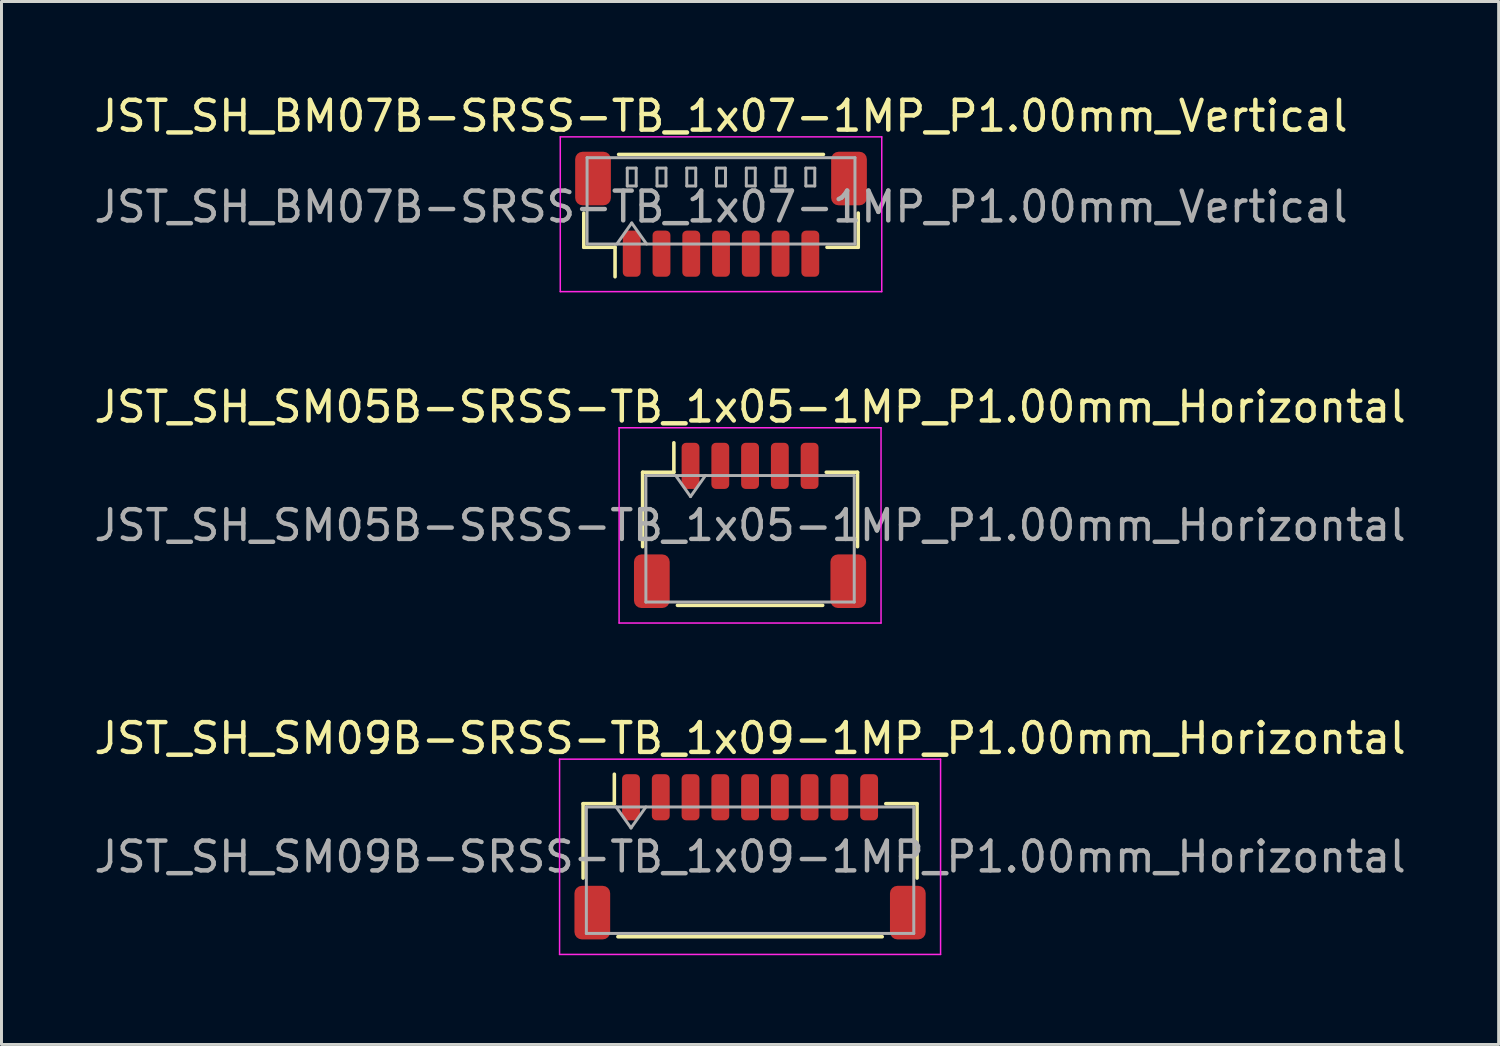
<source format=kicad_pcb>
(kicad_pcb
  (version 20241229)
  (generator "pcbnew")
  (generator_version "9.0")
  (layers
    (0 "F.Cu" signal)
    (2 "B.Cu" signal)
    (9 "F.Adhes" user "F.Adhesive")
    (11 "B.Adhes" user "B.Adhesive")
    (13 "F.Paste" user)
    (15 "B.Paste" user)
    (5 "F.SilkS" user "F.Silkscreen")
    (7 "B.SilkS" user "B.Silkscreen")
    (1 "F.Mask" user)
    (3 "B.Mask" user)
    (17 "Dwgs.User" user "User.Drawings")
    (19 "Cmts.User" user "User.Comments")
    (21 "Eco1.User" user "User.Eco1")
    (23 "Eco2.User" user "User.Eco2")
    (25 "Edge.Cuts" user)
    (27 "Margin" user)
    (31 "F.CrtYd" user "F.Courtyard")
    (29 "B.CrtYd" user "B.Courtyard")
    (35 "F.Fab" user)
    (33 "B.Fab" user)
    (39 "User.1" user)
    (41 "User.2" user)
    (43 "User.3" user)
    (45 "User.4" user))
  (footprint "JST_SH_SM05B-SRSS-TB_1x05-1MP_P1.00mm_Horizontal"
    (layer "F.Cu")
    (at 22.149 14.601)
    (property "Reference" "JST_SH_SM05B-SRSS-TB_1x05-1MP_P1.00mm_Horizontal" (at 0 -3.98 0) (layer "F.SilkS") (effects (font (size 1 1) (thickness 0.15))))
    (attr smd)
    (fp_line (start -3.61 -1.785) (end -2.56 -1.785) (stroke (width 0.12) (type solid)) (layer "F.SilkS"))
    (fp_line (start -3.61 0.715) (end -3.61 -1.785) (stroke (width 0.12) (type solid)) (layer "F.SilkS"))
    (fp_line (start -2.56 -1.785) (end -2.56 -2.775) (stroke (width 0.12) (type solid)) (layer "F.SilkS"))
    (fp_line (start -2.44 2.685) (end 2.44 2.685) (stroke (width 0.12) (type solid)) (layer "F.SilkS"))
    (fp_line (start 3.61 -1.785) (end 2.56 -1.785) (stroke (width 0.12) (type solid)) (layer "F.SilkS"))
    (fp_line (start 3.61 0.715) (end 3.61 -1.785) (stroke (width 0.12) (type solid)) (layer "F.SilkS"))
    (fp_line (start -4.4 -3.28) (end -4.4 3.28) (stroke (width 0.05) (type solid)) (layer "F.CrtYd"))
    (fp_line (start -4.4 3.28) (end 4.4 3.28) (stroke (width 0.05) (type solid)) (layer "F.CrtYd"))
    (fp_line (start 4.4 -3.28) (end -4.4 -3.28) (stroke (width 0.05) (type solid)) (layer "F.CrtYd"))
    (fp_line (start 4.4 3.28) (end 4.4 -3.28) (stroke (width 0.05) (type solid)) (layer "F.CrtYd"))
    (fp_line (start -3.5 -1.675) (end -3.5 2.575) (stroke (width 0.1) (type solid)) (layer "F.Fab"))
    (fp_line (start -3.5 -1.675) (end 3.5 -1.675) (stroke (width 0.1) (type solid)) (layer "F.Fab"))
    (fp_line (start -3.5 2.575) (end 3.5 2.575) (stroke (width 0.1) (type solid)) (layer "F.Fab"))
    (fp_line (start -2.5 -1.675) (end -2 -0.968) (stroke (width 0.1) (type solid)) (layer "F.Fab"))
    (fp_line (start -2 -0.968) (end -1.5 -1.675) (stroke (width 0.1) (type solid)) (layer "F.Fab"))
    (fp_line (start 3.5 -1.675) (end 3.5 2.575) (stroke (width 0.1) (type solid)) (layer "F.Fab"))
    (fp_text user "${REFERENCE}" (at 0 0 0) (layer "F.Fab") (effects (font (size 1 1) (thickness 0.15))))
    (pad "1" smd roundrect (at -2 -2) (size 0.6 1.55) (layers "F.Cu" "F.Mask" "F.Paste") (roundrect_rratio 0.25))
    (pad "2" smd roundrect (at -1 -2) (size 0.6 1.55) (layers "F.Cu" "F.Mask" "F.Paste") (roundrect_rratio 0.25))
    (pad "3" smd roundrect (at 0 -2) (size 0.6 1.55) (layers "F.Cu" "F.Mask" "F.Paste") (roundrect_rratio 0.25))
    (pad "4" smd roundrect (at 1 -2) (size 0.6 1.55) (layers "F.Cu" "F.Mask" "F.Paste") (roundrect_rratio 0.25))
    (pad "5" smd roundrect (at 2 -2) (size 0.6 1.55) (layers "F.Cu" "F.Mask" "F.Paste") (roundrect_rratio 0.25))
    (pad "MP" smd roundrect (at -3.3 1.875) (size 1.2 1.8) (layers "F.Cu" "F.Mask" "F.Paste") (roundrect_rratio 0.208))
    (pad "MP" smd roundrect (at 3.3 1.875) (size 1.2 1.8) (layers "F.Cu" "F.Mask" "F.Paste") (roundrect_rratio 0.208)))
  (footprint "JST_SH_SM09B-SRSS-TB_1x09-1MP_P1.00mm_Horizontal"
    (layer "F.Cu")
    (at 22.149 25.735)
    (property "Reference" "JST_SH_SM09B-SRSS-TB_1x09-1MP_P1.00mm_Horizontal" (at 0 -3.98 0) (layer "F.SilkS") (effects (font (size 1 1) (thickness 0.15))))
    (attr smd)
    (fp_line (start -5.61 -1.785) (end -4.56 -1.785) (stroke (width 0.12) (type solid)) (layer "F.SilkS"))
    (fp_line (start -5.61 0.715) (end -5.61 -1.785) (stroke (width 0.12) (type solid)) (layer "F.SilkS"))
    (fp_line (start -4.56 -1.785) (end -4.56 -2.775) (stroke (width 0.12) (type solid)) (layer "F.SilkS"))
    (fp_line (start -4.44 2.685) (end 4.44 2.685) (stroke (width 0.12) (type solid)) (layer "F.SilkS"))
    (fp_line (start 5.61 -1.785) (end 4.56 -1.785) (stroke (width 0.12) (type solid)) (layer "F.SilkS"))
    (fp_line (start 5.61 0.715) (end 5.61 -1.785) (stroke (width 0.12) (type solid)) (layer "F.SilkS"))
    (fp_line (start -6.4 -3.28) (end -6.4 3.28) (stroke (width 0.05) (type solid)) (layer "F.CrtYd"))
    (fp_line (start -6.4 3.28) (end 6.4 3.28) (stroke (width 0.05) (type solid)) (layer "F.CrtYd"))
    (fp_line (start 6.4 -3.28) (end -6.4 -3.28) (stroke (width 0.05) (type solid)) (layer "F.CrtYd"))
    (fp_line (start 6.4 3.28) (end 6.4 -3.28) (stroke (width 0.05) (type solid)) (layer "F.CrtYd"))
    (fp_line (start -5.5 -1.675) (end -5.5 2.575) (stroke (width 0.1) (type solid)) (layer "F.Fab"))
    (fp_line (start -5.5 -1.675) (end 5.5 -1.675) (stroke (width 0.1) (type solid)) (layer "F.Fab"))
    (fp_line (start -5.5 2.575) (end 5.5 2.575) (stroke (width 0.1) (type solid)) (layer "F.Fab"))
    (fp_line (start -4.5 -1.675) (end -4 -0.968) (stroke (width 0.1) (type solid)) (layer "F.Fab"))
    (fp_line (start -4 -0.968) (end -3.5 -1.675) (stroke (width 0.1) (type solid)) (layer "F.Fab"))
    (fp_line (start 5.5 -1.675) (end 5.5 2.575) (stroke (width 0.1) (type solid)) (layer "F.Fab"))
    (fp_text user "${REFERENCE}" (at 0 0 0) (layer "F.Fab") (effects (font (size 1 1) (thickness 0.15))))
    (pad "1" smd roundrect (at -4 -2) (size 0.6 1.55) (layers "F.Cu" "F.Mask" "F.Paste") (roundrect_rratio 0.25))
    (pad "2" smd roundrect (at -3 -2) (size 0.6 1.55) (layers "F.Cu" "F.Mask" "F.Paste") (roundrect_rratio 0.25))
    (pad "3" smd roundrect (at -2 -2) (size 0.6 1.55) (layers "F.Cu" "F.Mask" "F.Paste") (roundrect_rratio 0.25))
    (pad "4" smd roundrect (at -1 -2) (size 0.6 1.55) (layers "F.Cu" "F.Mask" "F.Paste") (roundrect_rratio 0.25))
    (pad "5" smd roundrect (at 0 -2) (size 0.6 1.55) (layers "F.Cu" "F.Mask" "F.Paste") (roundrect_rratio 0.25))
    (pad "6" smd roundrect (at 1 -2) (size 0.6 1.55) (layers "F.Cu" "F.Mask" "F.Paste") (roundrect_rratio 0.25))
    (pad "7" smd roundrect (at 2 -2) (size 0.6 1.55) (layers "F.Cu" "F.Mask" "F.Paste") (roundrect_rratio 0.25))
    (pad "8" smd roundrect (at 3 -2) (size 0.6 1.55) (layers "F.Cu" "F.Mask" "F.Paste") (roundrect_rratio 0.25))
    (pad "9" smd roundrect (at 4 -2) (size 0.6 1.55) (layers "F.Cu" "F.Mask" "F.Paste") (roundrect_rratio 0.25))
    (pad "MP" smd roundrect (at -5.3 1.875) (size 1.2 1.8) (layers "F.Cu" "F.Mask" "F.Paste") (roundrect_rratio 0.208))
    (pad "MP" smd roundrect (at 5.3 1.875) (size 1.2 1.8) (layers "F.Cu" "F.Mask" "F.Paste") (roundrect_rratio 0.208)))
  (footprint "JST_SH_BM07B-SRSS-TB_1x07-1MP_P1.00mm_Vertical"
    (layer "F.Cu")
    (at 21.173 4.148)
    (property "Reference" "JST_SH_BM07B-SRSS-TB_1x07-1MP_P1.00mm_Vertical" (at 0 -3.3 0) (layer "F.SilkS") (effects (font (size 1 1) (thickness 0.15))))
    (attr smd)
    (fp_line (start -4.61 -0.04) (end -4.61 1.11) (stroke (width 0.12) (type solid)) (layer "F.SilkS"))
    (fp_line (start -4.61 1.11) (end -3.56 1.11) (stroke (width 0.12) (type solid)) (layer "F.SilkS"))
    (fp_line (start -3.56 1.11) (end -3.56 2.1) (stroke (width 0.12) (type solid)) (layer "F.SilkS"))
    (fp_line (start -3.44 -2.01) (end 3.44 -2.01) (stroke (width 0.12) (type solid)) (layer "F.SilkS"))
    (fp_line (start 4.61 -0.04) (end 4.61 1.11) (stroke (width 0.12) (type solid)) (layer "F.SilkS"))
    (fp_line (start 4.61 1.11) (end 3.56 1.11) (stroke (width 0.12) (type solid)) (layer "F.SilkS"))
    (fp_line (start -5.4 -2.6) (end -5.4 2.6) (stroke (width 0.05) (type solid)) (layer "F.CrtYd"))
    (fp_line (start -5.4 2.6) (end 5.4 2.6) (stroke (width 0.05) (type solid)) (layer "F.CrtYd"))
    (fp_line (start 5.4 -2.6) (end -5.4 -2.6) (stroke (width 0.05) (type solid)) (layer "F.CrtYd"))
    (fp_line (start 5.4 2.6) (end 5.4 -2.6) (stroke (width 0.05) (type solid)) (layer "F.CrtYd"))
    (fp_line (start -4.5 -1.9) (end 4.5 -1.9) (stroke (width 0.1) (type solid)) (layer "F.Fab"))
    (fp_line (start -4.5 1) (end -4.5 -1.9) (stroke (width 0.1) (type solid)) (layer "F.Fab"))
    (fp_line (start -4.5 1) (end 4.5 1) (stroke (width 0.1) (type solid)) (layer "F.Fab"))
    (fp_line (start -3.5 1) (end -3 0.293) (stroke (width 0.1) (type solid)) (layer "F.Fab"))
    (fp_line (start -3.15 -1.55) (end -3.15 -0.95) (stroke (width 0.1) (type solid)) (layer "F.Fab"))
    (fp_line (start -3.15 -0.95) (end -2.85 -0.95) (stroke (width 0.1) (type solid)) (layer "F.Fab"))
    (fp_line (start -3 0.293) (end -2.5 1) (stroke (width 0.1) (type solid)) (layer "F.Fab"))
    (fp_line (start -2.85 -1.55) (end -3.15 -1.55) (stroke (width 0.1) (type solid)) (layer "F.Fab"))
    (fp_line (start -2.85 -0.95) (end -2.85 -1.55) (stroke (width 0.1) (type solid)) (layer "F.Fab"))
    (fp_line (start -2.15 -1.55) (end -2.15 -0.95) (stroke (width 0.1) (type solid)) (layer "F.Fab"))
    (fp_line (start -2.15 -0.95) (end -1.85 -0.95) (stroke (width 0.1) (type solid)) (layer "F.Fab"))
    (fp_line (start -1.85 -1.55) (end -2.15 -1.55) (stroke (width 0.1) (type solid)) (layer "F.Fab"))
    (fp_line (start -1.85 -0.95) (end -1.85 -1.55) (stroke (width 0.1) (type solid)) (layer "F.Fab"))
    (fp_line (start -1.15 -1.55) (end -1.15 -0.95) (stroke (width 0.1) (type solid)) (layer "F.Fab"))
    (fp_line (start -1.15 -0.95) (end -0.85 -0.95) (stroke (width 0.1) (type solid)) (layer "F.Fab"))
    (fp_line (start -0.85 -1.55) (end -1.15 -1.55) (stroke (width 0.1) (type solid)) (layer "F.Fab"))
    (fp_line (start -0.85 -0.95) (end -0.85 -1.55) (stroke (width 0.1) (type solid)) (layer "F.Fab"))
    (fp_line (start -0.15 -1.55) (end -0.15 -0.95) (stroke (width 0.1) (type solid)) (layer "F.Fab"))
    (fp_line (start -0.15 -0.95) (end 0.15 -0.95) (stroke (width 0.1) (type solid)) (layer "F.Fab"))
    (fp_line (start 0.15 -1.55) (end -0.15 -1.55) (stroke (width 0.1) (type solid)) (layer "F.Fab"))
    (fp_line (start 0.15 -0.95) (end 0.15 -1.55) (stroke (width 0.1) (type solid)) (layer "F.Fab"))
    (fp_line (start 0.85 -1.55) (end 0.85 -0.95) (stroke (width 0.1) (type solid)) (layer "F.Fab"))
    (fp_line (start 0.85 -0.95) (end 1.15 -0.95) (stroke (width 0.1) (type solid)) (layer "F.Fab"))
    (fp_line (start 1.15 -1.55) (end 0.85 -1.55) (stroke (width 0.1) (type solid)) (layer "F.Fab"))
    (fp_line (start 1.15 -0.95) (end 1.15 -1.55) (stroke (width 0.1) (type solid)) (layer "F.Fab"))
    (fp_line (start 1.85 -1.55) (end 1.85 -0.95) (stroke (width 0.1) (type solid)) (layer "F.Fab"))
    (fp_line (start 1.85 -0.95) (end 2.15 -0.95) (stroke (width 0.1) (type solid)) (layer "F.Fab"))
    (fp_line (start 2.15 -1.55) (end 1.85 -1.55) (stroke (width 0.1) (type solid)) (layer "F.Fab"))
    (fp_line (start 2.15 -0.95) (end 2.15 -1.55) (stroke (width 0.1) (type solid)) (layer "F.Fab"))
    (fp_line (start 2.85 -1.55) (end 2.85 -0.95) (stroke (width 0.1) (type solid)) (layer "F.Fab"))
    (fp_line (start 2.85 -0.95) (end 3.15 -0.95) (stroke (width 0.1) (type solid)) (layer "F.Fab"))
    (fp_line (start 3.15 -1.55) (end 2.85 -1.55) (stroke (width 0.1) (type solid)) (layer "F.Fab"))
    (fp_line (start 3.15 -0.95) (end 3.15 -1.55) (stroke (width 0.1) (type solid)) (layer "F.Fab"))
    (fp_line (start 4.5 1) (end 4.5 -1.9) (stroke (width 0.1) (type solid)) (layer "F.Fab"))
    (fp_text user "${REFERENCE}" (at 0 -0.25 0) (layer "F.Fab") (effects (font (size 1 1) (thickness 0.15))))
    (pad "1" smd roundrect (at -3 1.325) (size 0.6 1.55) (layers "F.Cu" "F.Mask" "F.Paste") (roundrect_rratio 0.25))
    (pad "2" smd roundrect (at -2 1.325) (size 0.6 1.55) (layers "F.Cu" "F.Mask" "F.Paste") (roundrect_rratio 0.25))
    (pad "3" smd roundrect (at -1 1.325) (size 0.6 1.55) (layers "F.Cu" "F.Mask" "F.Paste") (roundrect_rratio 0.25))
    (pad "4" smd roundrect (at 0 1.325) (size 0.6 1.55) (layers "F.Cu" "F.Mask" "F.Paste") (roundrect_rratio 0.25))
    (pad "5" smd roundrect (at 1 1.325) (size 0.6 1.55) (layers "F.Cu" "F.Mask" "F.Paste") (roundrect_rratio 0.25))
    (pad "6" smd roundrect (at 2 1.325) (size 0.6 1.55) (layers "F.Cu" "F.Mask" "F.Paste") (roundrect_rratio 0.25))
    (pad "7" smd roundrect (at 3 1.325) (size 0.6 1.55) (layers "F.Cu" "F.Mask" "F.Paste") (roundrect_rratio 0.25))
    (pad "MP" smd roundrect (at -4.3 -1.2) (size 1.2 1.8) (layers "F.Cu" "F.Mask" "F.Paste") (roundrect_rratio 0.208))
    (pad "MP" smd roundrect (at 4.3 -1.2) (size 1.2 1.8) (layers "F.Cu" "F.Mask" "F.Paste") (roundrect_rratio 0.208)))
  (gr_rect
    (start -3 -3)
    (end 47.298 32.04)
    (stroke (width 0.1) (type default))
    (fill no)
    (layer "Edge.Cuts")))
</source>
